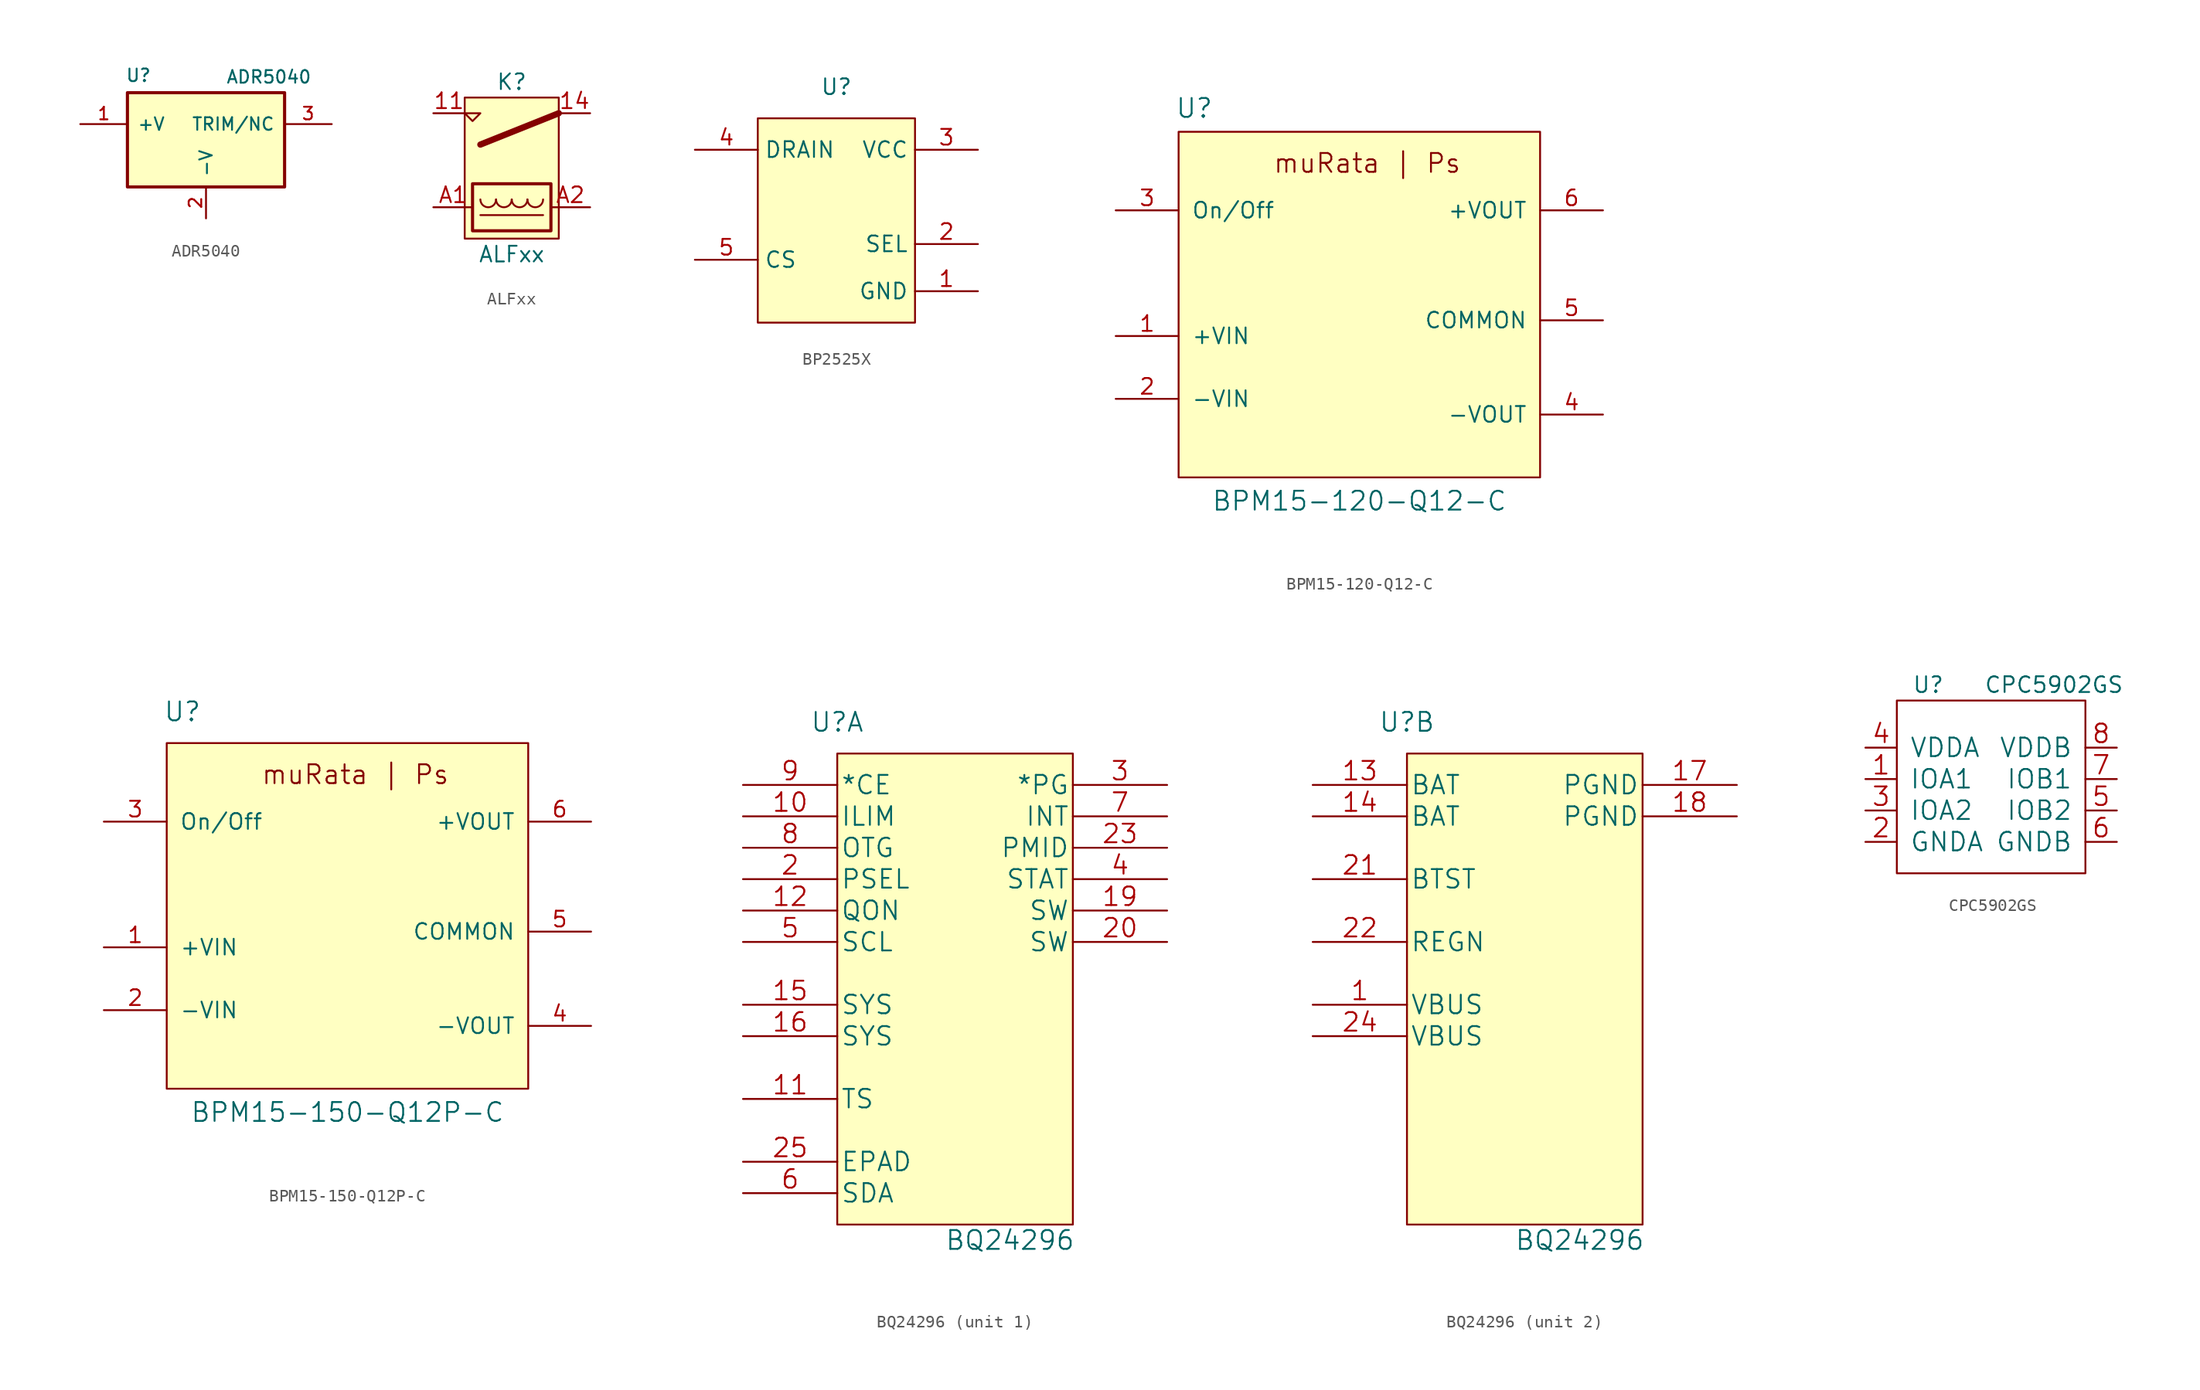
<source format=kicad_sym>
(kicad_symbol_lib
  (version 20220914)
  (generator kicad_symbol_editor)
  (symbol "ADR5040"
    (pin_names
      (offset 0.762))
    (property "Reference" "U"
      (at -5.461 5.207 0)
      (effects (font (size 1.016 1.016))))
    (property "Value" "ADR5040"
      (at 5.08 5.08 0)
      (effects (font (size 1.016 1.016))))
    (symbol "ADR5040_0_1"
      (rectangle (start -6.35 3.81) (end 6.35 -3.81) (stroke (width 0.254) (type solid)) (fill (type background))))
    (symbol "ADR5040_1_1"
      (pin passive line (at -10.16 1.27 0) (length 3.81) (name "+V" (effects (font (size 1.016 1.016)))) (number "1" (effects (font (size 1.016 1.016)))))
      (pin power_out line (at 0 -6.35 90) (length 2.54) (name "-V" (effects (font (size 1.016 1.016)))) (number "2" (effects (font (size 1.016 1.016)))))
      (pin passive line (at 10.16 1.27 180) (length 3.81) (name "TRIM/NC" (effects (font (size 1.016 1.016)))) (number "3" (effects (font (size 1.016 1.016)))))))
  (symbol "ALFxx"
    (pin_names
      (offset 1.016))
    (property "Reference" "K"
      (at 0 6.35 0)
      (effects (font (size 1.27 1.27))))
    (property "Value" "ALFxx"
      (at 0 -7.62 0)
      (effects (font (size 1.27 1.27))))
    (symbol "ALFxx_0_1"
      (rectangle (start -3.81 5.08) (end 3.81 -6.35) (stroke (width 0) (type solid)) (fill (type background)))
      (arc (start -2.54 -3.175) (mid -1.905 -3.8073) (end -1.27 -3.175) (stroke (width 0) (type solid)) (fill (type none)))
      (arc (start -1.27 -3.175) (mid -0.635 -3.8073) (end 0 -3.175) (stroke (width 0) (type solid)) (fill (type none)))
      (arc (start 0 -3.175) (mid 0.635 -3.8073) (end 1.27 -3.175) (stroke (width 0) (type solid)) (fill (type none)))
      (polyline (pts (xy -2.54 -4.445) (xy 2.54 -4.445)) (stroke (width 0) (type solid)) (fill (type none)))
      (arc (start 1.27 -3.175) (mid 1.905 -3.8073) (end 2.54 -3.175) (stroke (width 0) (type solid)) (fill (type none))))
    (symbol "ALFxx_1_0"
      (polyline (pts (xy -3.81 3.81) (xy -2.54 3.81) (xy -3.175 3.175) (xy -3.81 3.81)) (stroke (width 0) (type solid)) (fill (type none))))
    (symbol "ALFxx_1_1"
      (rectangle (start -3.175 -1.905) (end 3.175 -5.715) (stroke (width 0.254) (type solid)) (fill (type none)))
      (polyline (pts (xy 3.81 3.81) (xy -2.54 1.27)) (stroke (width 0.508) (type solid)) (fill (type none)))
      (pin passive line (at -6.35 3.81 0) (length 2.54) (name "~" (effects (font (size 1.27 1.27)))) (number "11" (effects (font (size 1.27 1.27)))))
      (pin passive line (at 6.35 3.81 180) (length 2.54) (name "~" (effects (font (size 1.27 1.27)))) (number "14" (effects (font (size 1.27 1.27)))))
      (pin passive line (at -6.35 -3.81 0) (length 3.2) (name "~" (effects (font (size 1.27 1.27)))) (number "A1" (effects (font (size 1.27 1.27)))))
      (pin passive line (at 6.35 -3.81 180) (length 3.2) (name "~" (effects (font (size 1.27 1.27)))) (number "A2" (effects (font (size 1.27 1.27)))))))
  (symbol "BP2525X"
    (property "Reference" "U"
      (at 6.35 19.05 0)
      (effects (font (size 1.27 1.27))))
    (property "Value" ""
      (at 5.08 15.24 0)
      (effects (font (size 1.27 1.27))))
    (symbol "BP2525X_1_1"
      (rectangle (start 0 16.51) (end 12.7 0) (stroke (width 0) (type default)) (fill (type background)))
      (pin passive line (at 17.78 2.54 180) (length 5.08) (name "GND" (effects (font (size 1.27 1.27)))) (number "1" (effects (font (size 1.27 1.27)))))
      (pin passive line (at 17.78 6.35 180) (length 5.08) (name "SEL" (effects (font (size 1.27 1.27)))) (number "2" (effects (font (size 1.27 1.27)))))
      (pin passive line (at 17.78 13.97 180) (length 5.08) (name "VCC" (effects (font (size 1.27 1.27)))) (number "3" (effects (font (size 1.27 1.27)))))
      (pin passive line (at -5.08 13.97 0) (length 5.08) (name "DRAIN" (effects (font (size 1.27 1.27)))) (number "4" (effects (font (size 1.27 1.27)))))
      (pin passive line (at -5.08 5.08 0) (length 5.08) (name "CS" (effects (font (size 1.27 1.27)))) (number "5" (effects (font (size 1.27 1.27)))))))
  (symbol "BPM15-120-Q12-C"
    (pin_names
      (offset 1.016))
    (property "Reference" "U"
      (at -20.32 33.655 0)
      (effects (font (size 1.524 1.524))))
    (property "Value" "BPM15-120-Q12-C"
      (at -6.985 1.905 0)
      (effects (font (size 1.524 1.524))))
    (property "Footprint" ""
      (at 0 0 0)
      (effects (font (size 1.524 1.524))))
    (property "Datasheet" ""
      (at 0 0 0)
      (effects (font (size 1.524 1.524))))
    (symbol "BPM15-120-Q12-C_0_0"
      (text "muRata | Ps" (at -6.35 29.21 0) (effects (font (size 1.524 1.524)))))
    (symbol "BPM15-120-Q12-C_0_1"
      (rectangle (start -21.59 31.75) (end 7.62 3.81) (stroke (width 0) (type solid)) (fill (type background))))
    (symbol "BPM15-120-Q12-C_1_1"
      (pin input line (at -26.67 15.24 0) (length 5.08) (name "+VIN" (effects (font (size 1.27 1.27)))) (number "1" (effects (font (size 1.27 1.27)))))
      (pin input line (at -26.67 10.16 0) (length 5.08) (name "-VIN" (effects (font (size 1.27 1.27)))) (number "2" (effects (font (size 1.27 1.27)))))
      (pin passive line (at -26.67 25.4 0) (length 5.08) (name "On/Off" (effects (font (size 1.27 1.27)))) (number "3" (effects (font (size 1.27 1.27)))))
      (pin input line (at 12.7 8.89 180) (length 5.08) (name "-VOUT" (effects (font (size 1.27 1.27)))) (number "4" (effects (font (size 1.27 1.27)))))
      (pin input line (at 12.7 16.51 180) (length 5.08) (name "COMMON" (effects (font (size 1.27 1.27)))) (number "5" (effects (font (size 1.27 1.27)))))
      (pin input line (at 12.7 25.4 180) (length 5.08) (name "+VOUT" (effects (font (size 1.27 1.27)))) (number "6" (effects (font (size 1.27 1.27)))))))
  (symbol "BPM15-150-Q12P-C"
    (pin_names
      (offset 1.016))
    (property "Reference" "U"
      (at -20.32 34.29 0)
      (effects (font (size 1.524 1.524))))
    (property "Value" "BPM15-150-Q12P-C"
      (at -6.985 1.905 0)
      (effects (font (size 1.524 1.524))))
    (property "Footprint" ""
      (at 0 0 0)
      (effects (font (size 1.524 1.524))))
    (property "Datasheet" ""
      (at 0 0 0)
      (effects (font (size 1.524 1.524))))
    (symbol "BPM15-150-Q12P-C_0_0"
      (text "muRata | Ps" (at -6.35 29.21 0) (effects (font (size 1.524 1.524)))))
    (symbol "BPM15-150-Q12P-C_0_1"
      (rectangle (start -21.59 31.75) (end 7.62 3.81) (stroke (width 0) (type solid)) (fill (type background))))
    (symbol "BPM15-150-Q12P-C_1_1"
      (pin input line (at -26.67 15.24 0) (length 5.08) (name "+VIN" (effects (font (size 1.27 1.27)))) (number "1" (effects (font (size 1.27 1.27)))))
      (pin input line (at -26.67 10.16 0) (length 5.08) (name "-VIN" (effects (font (size 1.27 1.27)))) (number "2" (effects (font (size 1.27 1.27)))))
      (pin input line (at -26.67 25.4 0) (length 5.08) (name "On/Off" (effects (font (size 1.27 1.27)))) (number "3" (effects (font (size 1.27 1.27)))))
      (pin input line (at 12.7 8.89 180) (length 5.08) (name "-VOUT" (effects (font (size 1.27 1.27)))) (number "4" (effects (font (size 1.27 1.27)))))
      (pin input line (at 12.7 16.51 180) (length 5.08) (name "COMMON" (effects (font (size 1.27 1.27)))) (number "5" (effects (font (size 1.27 1.27)))))
      (pin input line (at 12.7 25.4 180) (length 5.08) (name "+VOUT" (effects (font (size 1.27 1.27)))) (number "6" (effects (font (size 1.27 1.27)))))))
  (symbol "BQ24296"
    (pin_names
      (offset 0.254))
    (property "Reference" "U"
      (at -22.86 29.21 0)
      (effects (font (size 1.524 1.524))))
    (property "Value" "BQ24296"
      (at -8.89 -12.7 0)
      (effects (font (size 1.524 1.524))))
    (symbol "BQ24296_0_1"
      (rectangle (start -22.86 26.67) (end -3.81 -11.43) (stroke (width 0) (type solid)) (fill (type background))))
    (symbol "BQ24296_1_0"
      (pin input line (at -30.48 21.59 0) (length 7.62) (name "ILIM" (effects (font (size 1.499 1.499)))) (number "10" (effects (font (size 1.499 1.499)))))
      (pin input line (at -30.48 -1.27 0) (length 7.62) (name "TS" (effects (font (size 1.499 1.499)))) (number "11" (effects (font (size 1.499 1.499)))))
      (pin input line (at -30.48 13.97 0) (length 7.62) (name "QON" (effects (font (size 1.499 1.499)))) (number "12" (effects (font (size 1.499 1.499)))))
      (pin input line (at -30.48 6.35 0) (length 7.62) (name "SYS" (effects (font (size 1.499 1.499)))) (number "15" (effects (font (size 1.499 1.499)))))
      (pin input line (at -30.48 3.81 0) (length 7.62) (name "SYS" (effects (font (size 1.499 1.499)))) (number "16" (effects (font (size 1.499 1.499)))))
      (pin output line (at 3.81 13.97 180) (length 7.62) (name "SW" (effects (font (size 1.499 1.499)))) (number "19" (effects (font (size 1.499 1.499)))))
      (pin input line (at -30.48 16.51 0) (length 7.62) (name "PSEL" (effects (font (size 1.499 1.499)))) (number "2" (effects (font (size 1.499 1.499)))))
      (pin output line (at 3.81 11.43 180) (length 7.62) (name "SW" (effects (font (size 1.499 1.499)))) (number "20" (effects (font (size 1.499 1.499)))))
      (pin output line (at 3.81 19.05 180) (length 7.62) (name "PMID" (effects (font (size 1.499 1.499)))) (number "23" (effects (font (size 1.499 1.499)))))
      (pin unspecified line (at -30.48 -6.35 0) (length 7.62) (name "EPAD" (effects (font (size 1.499 1.499)))) (number "25" (effects (font (size 1.499 1.499)))))
      (pin output line (at 3.81 24.13 180) (length 7.62) (name "*PG" (effects (font (size 1.499 1.499)))) (number "3" (effects (font (size 1.499 1.499)))))
      (pin output line (at 3.81 16.51 180) (length 7.62) (name "STAT" (effects (font (size 1.499 1.499)))) (number "4" (effects (font (size 1.499 1.499)))))
      (pin input line (at -30.48 11.43 0) (length 7.62) (name "SCL" (effects (font (size 1.499 1.499)))) (number "5" (effects (font (size 1.499 1.499)))))
      (pin bidirectional line (at -30.48 -8.89 0) (length 7.62) (name "SDA" (effects (font (size 1.499 1.499)))) (number "6" (effects (font (size 1.499 1.499)))))
      (pin output line (at 3.81 21.59 180) (length 7.62) (name "INT" (effects (font (size 1.499 1.499)))) (number "7" (effects (font (size 1.499 1.499)))))
      (pin input line (at -30.48 19.05 0) (length 7.62) (name "OTG" (effects (font (size 1.499 1.499)))) (number "8" (effects (font (size 1.499 1.499)))))
      (pin input line (at -30.48 24.13 0) (length 7.62) (name "*CE" (effects (font (size 1.499 1.499)))) (number "9" (effects (font (size 1.499 1.499))))))
    (symbol "BQ24296_2_0"
      (pin power_in line (at -30.48 6.35 0) (length 7.62) (name "VBUS" (effects (font (size 1.499 1.499)))) (number "1" (effects (font (size 1.499 1.499)))))
      (pin power_in line (at -30.48 24.13 0) (length 7.62) (name "BAT" (effects (font (size 1.499 1.499)))) (number "13" (effects (font (size 1.499 1.499)))))
      (pin power_in line (at -30.48 21.59 0) (length 7.62) (name "BAT" (effects (font (size 1.499 1.499)))) (number "14" (effects (font (size 1.499 1.499)))))
      (pin power_in line (at 3.81 24.13 180) (length 7.62) (name "PGND" (effects (font (size 1.499 1.499)))) (number "17" (effects (font (size 1.499 1.499)))))
      (pin power_in line (at 3.81 21.59 180) (length 7.62) (name "PGND" (effects (font (size 1.499 1.499)))) (number "18" (effects (font (size 1.499 1.499)))))
      (pin power_in line (at -30.48 16.51 0) (length 7.62) (name "BTST" (effects (font (size 1.499 1.499)))) (number "21" (effects (font (size 1.499 1.499)))))
      (pin power_in line (at -30.48 11.43 0) (length 7.62) (name "REGN" (effects (font (size 1.499 1.499)))) (number "22" (effects (font (size 1.499 1.499)))))
      (pin power_in line (at -30.48 3.81 0) (length 7.62) (name "VBUS" (effects (font (size 1.499 1.499)))) (number "24" (effects (font (size 1.499 1.499)))))))
  (symbol "CPC5902GS"
    (pin_names
      (offset 1.016))
    (property "Reference" "U"
      (at -5.08 3.81 0)
      (effects (font (size 1.27 1.27))))
    (property "Value" "CPC5902GS"
      (at 5.08 3.81 0)
      (effects (font (size 1.27 1.27))))
    (symbol "CPC5902GS_0_1"
      (rectangle (start -7.62 2.54) (end 7.62 -11.43) (stroke (width 0) (type solid)) (fill (type none))))
    (symbol "CPC5902GS_1_1"
      (pin bidirectional line (at -10.16 -3.81 0) (length 2.54) (name "IOA1" (effects (font (size 1.499 1.499)))) (number "1" (effects (font (size 1.499 1.499)))))
      (pin power_in line (at -10.16 -8.89 0) (length 2.54) (name "GNDA" (effects (font (size 1.499 1.499)))) (number "2" (effects (font (size 1.499 1.499)))))
      (pin bidirectional line (at -10.16 -6.35 0) (length 2.54) (name "IOA2" (effects (font (size 1.499 1.499)))) (number "3" (effects (font (size 1.499 1.499)))))
      (pin power_in line (at -10.16 -1.27 0) (length 2.54) (name "VDDA" (effects (font (size 1.499 1.499)))) (number "4" (effects (font (size 1.499 1.499)))))
      (pin bidirectional line (at 10.16 -6.35 180) (length 2.54) (name "IOB2" (effects (font (size 1.499 1.499)))) (number "5" (effects (font (size 1.499 1.499)))))
      (pin power_in line (at 10.16 -8.89 180) (length 2.54) (name "GNDB" (effects (font (size 1.499 1.499)))) (number "6" (effects (font (size 1.499 1.499)))))
      (pin bidirectional line (at 10.16 -3.81 180) (length 2.54) (name "IOB1" (effects (font (size 1.499 1.499)))) (number "7" (effects (font (size 1.499 1.499)))))
      (pin power_in line (at 10.16 -1.27 180) (length 2.54) (name "VDDB" (effects (font (size 1.499 1.499)))) (number "8" (effects (font (size 1.499 1.499))))))))
</source>
